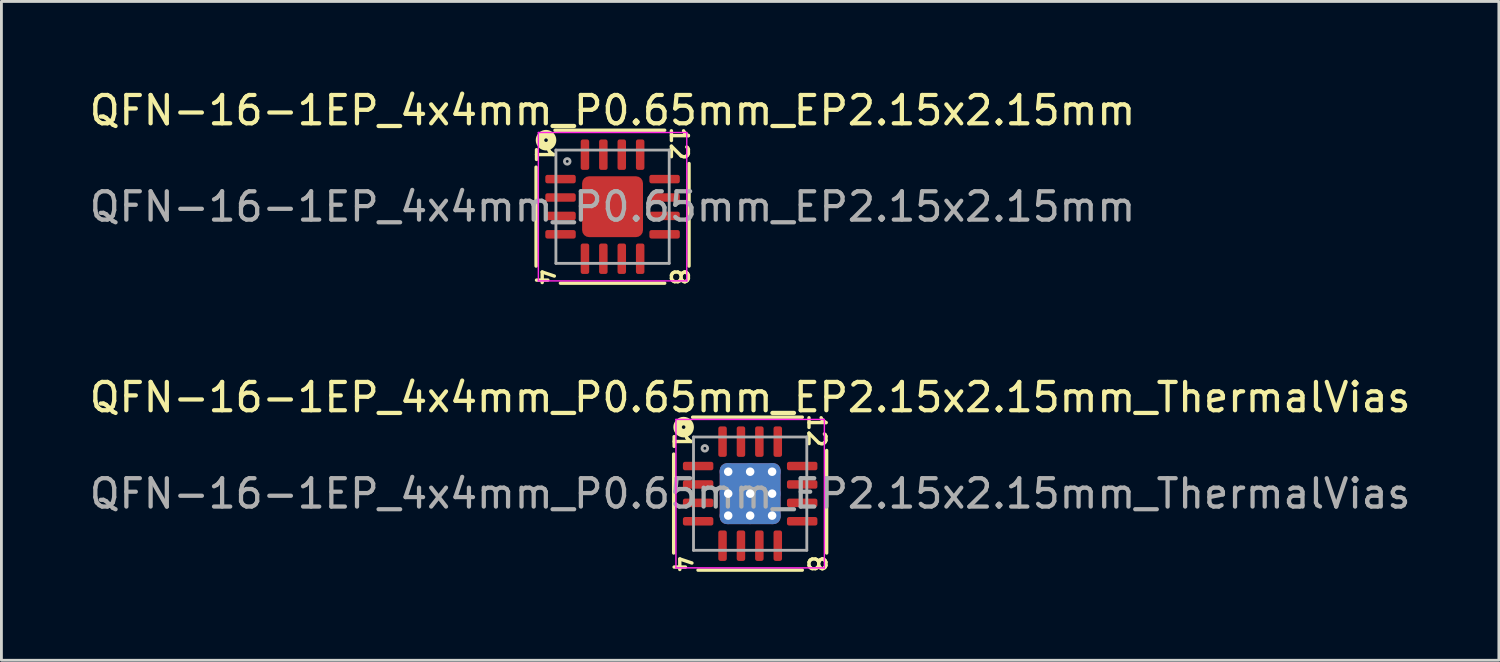
<source format=kicad_pcb>
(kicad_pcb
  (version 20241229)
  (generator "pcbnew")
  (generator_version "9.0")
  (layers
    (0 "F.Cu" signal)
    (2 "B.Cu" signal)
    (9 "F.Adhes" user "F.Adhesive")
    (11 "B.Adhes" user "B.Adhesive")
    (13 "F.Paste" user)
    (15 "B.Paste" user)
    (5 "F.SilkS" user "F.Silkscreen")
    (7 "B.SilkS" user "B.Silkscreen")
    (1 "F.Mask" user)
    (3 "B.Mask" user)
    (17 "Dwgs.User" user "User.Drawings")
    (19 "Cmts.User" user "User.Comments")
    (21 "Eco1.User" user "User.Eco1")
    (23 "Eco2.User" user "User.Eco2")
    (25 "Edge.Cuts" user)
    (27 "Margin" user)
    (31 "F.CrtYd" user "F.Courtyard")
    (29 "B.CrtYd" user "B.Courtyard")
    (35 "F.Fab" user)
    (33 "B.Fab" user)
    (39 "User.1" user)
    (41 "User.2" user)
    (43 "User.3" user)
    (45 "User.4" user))
  (footprint "QFN-16-1EP_4x4mm_P0.65mm_EP2.15x2.15mm"
    (layer "F.Cu")
    (at 18.577 4.248)
    (property "Reference" "QFN-16-1EP_4x4mm_P0.65mm_EP2.15x2.15mm" (at 0 -3.4 0) (layer "F.SilkS") (effects (font (size 1 1) (thickness 0.15))))
    (attr smd)
    (fp_line (start -2.7 -1.397) (end -2.7 2.095) (stroke (width 0.12) (type solid)) (layer "F.SilkS"))
    (fp_line (start -1.841 2.7) (end 1.841 2.7) (stroke (width 0.12) (type solid)) (layer "F.SilkS"))
    (fp_line (start 1.841 -2.7) (end -2.032 -2.7) (stroke (width 0.12) (type solid)) (layer "F.SilkS"))
    (fp_line (start 2.7 2.095) (end 2.7 -1.524) (stroke (width 0.12) (type solid)) (layer "F.SilkS"))
    (fp_circle (center -2.349 -2.349) (end -2.286 -2.349) (stroke (width 0.3) (type solid)) (fill no) (layer "F.SilkS"))
    (fp_line (start -2.62 -2.62) (end -2.62 2.62) (stroke (width 0.05) (type solid)) (layer "F.CrtYd"))
    (fp_line (start -2.62 2.62) (end 2.62 2.62) (stroke (width 0.05) (type solid)) (layer "F.CrtYd"))
    (fp_line (start 2.62 -2.62) (end -2.62 -2.62) (stroke (width 0.05) (type solid)) (layer "F.CrtYd"))
    (fp_line (start 2.62 2.62) (end 2.62 -2.62) (stroke (width 0.05) (type solid)) (layer "F.CrtYd"))
    (fp_line (start -2 -2) (end 2 -2) (stroke (width 0.1) (type solid)) (layer "F.Fab"))
    (fp_line (start -2 2) (end -2 -2) (stroke (width 0.1) (type solid)) (layer "F.Fab"))
    (fp_line (start 2 -2) (end 2 2) (stroke (width 0.1) (type solid)) (layer "F.Fab"))
    (fp_line (start 2 2) (end -2 2) (stroke (width 0.1) (type solid)) (layer "F.Fab"))
    (fp_circle (center -1.6 -1.6) (end -1.5 -1.6) (stroke (width 0.1) (type solid)) (fill no) (layer "F.Fab"))
    (fp_text user "8" (at 2.349 2.477 270) (unlocked yes) (layer "F.SilkS") (effects (font (size 0.6 0.6) (thickness 0.12))))
    (fp_text user "12" (at 2.349 -2.223 270) (unlocked yes) (layer "F.SilkS") (effects (font (size 0.6 0.6) (thickness 0.12))))
    (fp_text user "1" (at -2.413 -1.841 270) (unlocked yes) (layer "F.SilkS") (effects (font (size 0.6 0.6) (thickness 0.12))))
    (fp_text user "4" (at -2.413 2.477 270) (unlocked yes) (layer "F.SilkS") (effects (font (size 0.6 0.6) (thickness 0.12))))
    (fp_text user "${REFERENCE}" (at 0 0 0) (layer "F.Fab") (effects (font (size 1 1) (thickness 0.15))))
    (pad "" smd roundrect (at -0.54 -0.54) (size 0.87 0.87) (layers "F.Paste") (roundrect_rratio 0.25))
    (pad "" smd roundrect (at -0.54 0.54) (size 0.87 0.87) (layers "F.Paste") (roundrect_rratio 0.25))
    (pad "" smd roundrect (at 0.54 -0.54) (size 0.87 0.87) (layers "F.Paste") (roundrect_rratio 0.25))
    (pad "" smd roundrect (at 0.54 0.54) (size 0.87 0.87) (layers "F.Paste") (roundrect_rratio 0.25))
    (pad "1" smd roundrect (at -1.837 -0.975) (size 1.075 0.3) (layers "F.Cu" "F.Mask" "F.Paste") (roundrect_rratio 0.25))
    (pad "2" smd roundrect (at -1.837 -0.325) (size 1.075 0.3) (layers "F.Cu" "F.Mask" "F.Paste") (roundrect_rratio 0.25))
    (pad "3" smd roundrect (at -1.837 0.325) (size 1.075 0.3) (layers "F.Cu" "F.Mask" "F.Paste") (roundrect_rratio 0.25))
    (pad "4" smd roundrect (at -1.837 0.975) (size 1.075 0.3) (layers "F.Cu" "F.Mask" "F.Paste") (roundrect_rratio 0.25))
    (pad "5" smd roundrect (at -0.975 1.837) (size 0.3 1.075) (layers "F.Cu" "F.Mask" "F.Paste") (roundrect_rratio 0.25))
    (pad "6" smd roundrect (at -0.325 1.837) (size 0.3 1.075) (layers "F.Cu" "F.Mask" "F.Paste") (roundrect_rratio 0.25))
    (pad "7" smd roundrect (at 0.325 1.837) (size 0.3 1.075) (layers "F.Cu" "F.Mask" "F.Paste") (roundrect_rratio 0.25))
    (pad "8" smd roundrect (at 0.975 1.837) (size 0.3 1.075) (layers "F.Cu" "F.Mask" "F.Paste") (roundrect_rratio 0.25))
    (pad "9" smd roundrect (at 1.837 0.975) (size 1.075 0.3) (layers "F.Cu" "F.Mask" "F.Paste") (roundrect_rratio 0.25))
    (pad "10" smd roundrect (at 1.837 0.325) (size 1.075 0.3) (layers "F.Cu" "F.Mask" "F.Paste") (roundrect_rratio 0.25))
    (pad "11" smd roundrect (at 1.837 -0.325) (size 1.075 0.3) (layers "F.Cu" "F.Mask" "F.Paste") (roundrect_rratio 0.25))
    (pad "12" smd roundrect (at 1.837 -0.975) (size 1.075 0.3) (layers "F.Cu" "F.Mask" "F.Paste") (roundrect_rratio 0.25))
    (pad "13" smd roundrect (at 0.975 -1.837) (size 0.3 1.075) (layers "F.Cu" "F.Mask" "F.Paste") (roundrect_rratio 0.25))
    (pad "14" smd roundrect (at 0.325 -1.837) (size 0.3 1.075) (layers "F.Cu" "F.Mask" "F.Paste") (roundrect_rratio 0.25))
    (pad "15" smd roundrect (at -0.325 -1.837) (size 0.3 1.075) (layers "F.Cu" "F.Mask" "F.Paste") (roundrect_rratio 0.25))
    (pad "16" smd roundrect (at -0.975 -1.837) (size 0.3 1.075) (layers "F.Cu" "F.Mask" "F.Paste") (roundrect_rratio 0.25))
    (pad "17" smd roundrect (at 0 0) (size 2.15 2.15) (layers "F.Cu" "F.Mask") (roundrect_rratio 0.116)))
  (footprint "QFN-16-1EP_4x4mm_P0.65mm_EP2.15x2.15mm_ThermalVias"
    (layer "F.Cu")
    (at 23.435 14.379)
    (property "Reference" "QFN-16-1EP_4x4mm_P0.65mm_EP2.15x2.15mm_ThermalVias" (at 0 -3.4 0) (layer "F.SilkS") (effects (font (size 1 1) (thickness 0.15))))
    (attr smd)
    (fp_line (start -2.7 -1.397) (end -2.7 2.095) (stroke (width 0.12) (type solid)) (layer "F.SilkS"))
    (fp_line (start -1.841 2.7) (end 1.841 2.7) (stroke (width 0.12) (type solid)) (layer "F.SilkS"))
    (fp_line (start 1.841 -2.7) (end -2.032 -2.7) (stroke (width 0.12) (type solid)) (layer "F.SilkS"))
    (fp_line (start 2.7 2.095) (end 2.7 -1.524) (stroke (width 0.12) (type solid)) (layer "F.SilkS"))
    (fp_circle (center -2.349 -2.349) (end -2.286 -2.349) (stroke (width 0.3) (type solid)) (fill no) (layer "F.SilkS"))
    (fp_line (start -2.62 -2.62) (end -2.62 2.62) (stroke (width 0.05) (type solid)) (layer "F.CrtYd"))
    (fp_line (start -2.62 2.62) (end 2.62 2.62) (stroke (width 0.05) (type solid)) (layer "F.CrtYd"))
    (fp_line (start 2.62 -2.62) (end -2.62 -2.62) (stroke (width 0.05) (type solid)) (layer "F.CrtYd"))
    (fp_line (start 2.62 2.62) (end 2.62 -2.62) (stroke (width 0.05) (type solid)) (layer "F.CrtYd"))
    (fp_line (start -2 -2) (end 2 -2) (stroke (width 0.1) (type solid)) (layer "F.Fab"))
    (fp_line (start -2 2) (end -2 -2) (stroke (width 0.1) (type solid)) (layer "F.Fab"))
    (fp_line (start 2 -2) (end 2 2) (stroke (width 0.1) (type solid)) (layer "F.Fab"))
    (fp_line (start 2 2) (end -2 2) (stroke (width 0.1) (type solid)) (layer "F.Fab"))
    (fp_circle (center -1.6 -1.6) (end -1.5 -1.6) (stroke (width 0.1) (type solid)) (fill no) (layer "F.Fab"))
    (fp_text user "1" (at -2.413 -1.841 270) (unlocked yes) (layer "F.SilkS") (effects (font (size 0.6 0.6) (thickness 0.12))))
    (fp_text user "4" (at -2.413 2.477 270) (unlocked yes) (layer "F.SilkS") (effects (font (size 0.6 0.6) (thickness 0.12))))
    (fp_text user "8" (at 2.349 2.477 270) (unlocked yes) (layer "F.SilkS") (effects (font (size 0.6 0.6) (thickness 0.12))))
    (fp_text user "12" (at 2.349 -2.223 270) (unlocked yes) (layer "F.SilkS") (effects (font (size 0.6 0.6) (thickness 0.12))))
    (fp_text user "${REFERENCE}" (at 0 0 0) (layer "F.Fab") (effects (font (size 1 1) (thickness 0.15))))
    (pad "" smd roundrect (at -0.54 -0.54) (size 0.93 0.93) (layers "F.Paste") (roundrect_rratio 0.25))
    (pad "" smd roundrect (at -0.54 0.54) (size 0.93 0.93) (layers "F.Paste") (roundrect_rratio 0.25))
    (pad "" smd roundrect (at 0.54 -0.54) (size 0.93 0.93) (layers "F.Paste") (roundrect_rratio 0.25))
    (pad "" smd roundrect (at 0.54 0.54) (size 0.93 0.93) (layers "F.Paste") (roundrect_rratio 0.25))
    (pad "1" smd roundrect (at -1.837 -0.975) (size 1.075 0.3) (layers "F.Cu" "F.Mask" "F.Paste") (roundrect_rratio 0.25))
    (pad "2" smd roundrect (at -1.837 -0.325) (size 1.075 0.3) (layers "F.Cu" "F.Mask" "F.Paste") (roundrect_rratio 0.25))
    (pad "3" smd roundrect (at -1.837 0.325) (size 1.075 0.3) (layers "F.Cu" "F.Mask" "F.Paste") (roundrect_rratio 0.25))
    (pad "4" smd roundrect (at -1.837 0.975) (size 1.075 0.3) (layers "F.Cu" "F.Mask" "F.Paste") (roundrect_rratio 0.25))
    (pad "5" smd roundrect (at -0.975 1.837) (size 0.3 1.075) (layers "F.Cu" "F.Mask" "F.Paste") (roundrect_rratio 0.25))
    (pad "6" smd roundrect (at -0.325 1.837) (size 0.3 1.075) (layers "F.Cu" "F.Mask" "F.Paste") (roundrect_rratio 0.25))
    (pad "7" smd roundrect (at 0.325 1.837) (size 0.3 1.075) (layers "F.Cu" "F.Mask" "F.Paste") (roundrect_rratio 0.25))
    (pad "8" smd roundrect (at 0.975 1.837) (size 0.3 1.075) (layers "F.Cu" "F.Mask" "F.Paste") (roundrect_rratio 0.25))
    (pad "9" smd roundrect (at 1.837 0.975) (size 1.075 0.3) (layers "F.Cu" "F.Mask" "F.Paste") (roundrect_rratio 0.25))
    (pad "10" smd roundrect (at 1.837 0.325) (size 1.075 0.3) (layers "F.Cu" "F.Mask" "F.Paste") (roundrect_rratio 0.25))
    (pad "11" smd roundrect (at 1.837 -0.325) (size 1.075 0.3) (layers "F.Cu" "F.Mask" "F.Paste") (roundrect_rratio 0.25))
    (pad "12" smd roundrect (at 1.837 -0.975) (size 1.075 0.3) (layers "F.Cu" "F.Mask" "F.Paste") (roundrect_rratio 0.25))
    (pad "13" smd roundrect (at 0.975 -1.837) (size 0.3 1.075) (layers "F.Cu" "F.Mask" "F.Paste") (roundrect_rratio 0.25))
    (pad "14" smd roundrect (at 0.325 -1.837) (size 0.3 1.075) (layers "F.Cu" "F.Mask" "F.Paste") (roundrect_rratio 0.25))
    (pad "15" smd roundrect (at -0.325 -1.837) (size 0.3 1.075) (layers "F.Cu" "F.Mask" "F.Paste") (roundrect_rratio 0.25))
    (pad "16" smd roundrect (at -0.975 -1.837) (size 0.3 1.075) (layers "F.Cu" "F.Mask" "F.Paste") (roundrect_rratio 0.25))
    (pad "17" thru_hole circle (at -0.775 -0.775) (size 0.6 0.6) (drill 0.3) (property pad_prop_heatsink) (layers "*.Cu"))
    (pad "17" thru_hole circle (at -0.775 0) (size 0.6 0.6) (drill 0.3) (property pad_prop_heatsink) (layers "*.Cu"))
    (pad "17" thru_hole circle (at -0.775 0.775) (size 0.6 0.6) (drill 0.3) (property pad_prop_heatsink) (layers "*.Cu"))
    (pad "17" thru_hole circle (at 0 -0.775) (size 0.6 0.6) (drill 0.3) (property pad_prop_heatsink) (layers "*.Cu"))
    (pad "17" thru_hole circle (at 0 0) (size 0.6 0.6) (drill 0.3) (property pad_prop_heatsink) (layers "*.Cu"))
    (pad "17" smd roundrect (at 0 0) (size 2.15 2.15) (layers "F.Cu" "F.Mask") (roundrect_rratio 0.116))
    (pad "17" smd roundrect (at 0 0) (size 2.15 2.15) (layers "B.Cu" "B.Mask") (roundrect_rratio 0.116))
    (pad "17" thru_hole circle (at 0 0.775) (size 0.6 0.6) (drill 0.3) (property pad_prop_heatsink) (layers "*.Cu"))
    (pad "17" thru_hole circle (at 0.775 -0.775) (size 0.6 0.6) (drill 0.3) (property pad_prop_heatsink) (layers "*.Cu"))
    (pad "17" thru_hole circle (at 0.775 0) (size 0.6 0.6) (drill 0.3) (property pad_prop_heatsink) (layers "*.Cu"))
    (pad "17" thru_hole circle (at 0.775 0.775) (size 0.6 0.6) (drill 0.3) (property pad_prop_heatsink) (layers "*.Cu")))
  (gr_rect
    (start -3 -3)
    (end 49.869 20.261)
    (stroke (width 0.1) (type default))
    (fill no)
    (layer "Edge.Cuts")))
</source>
